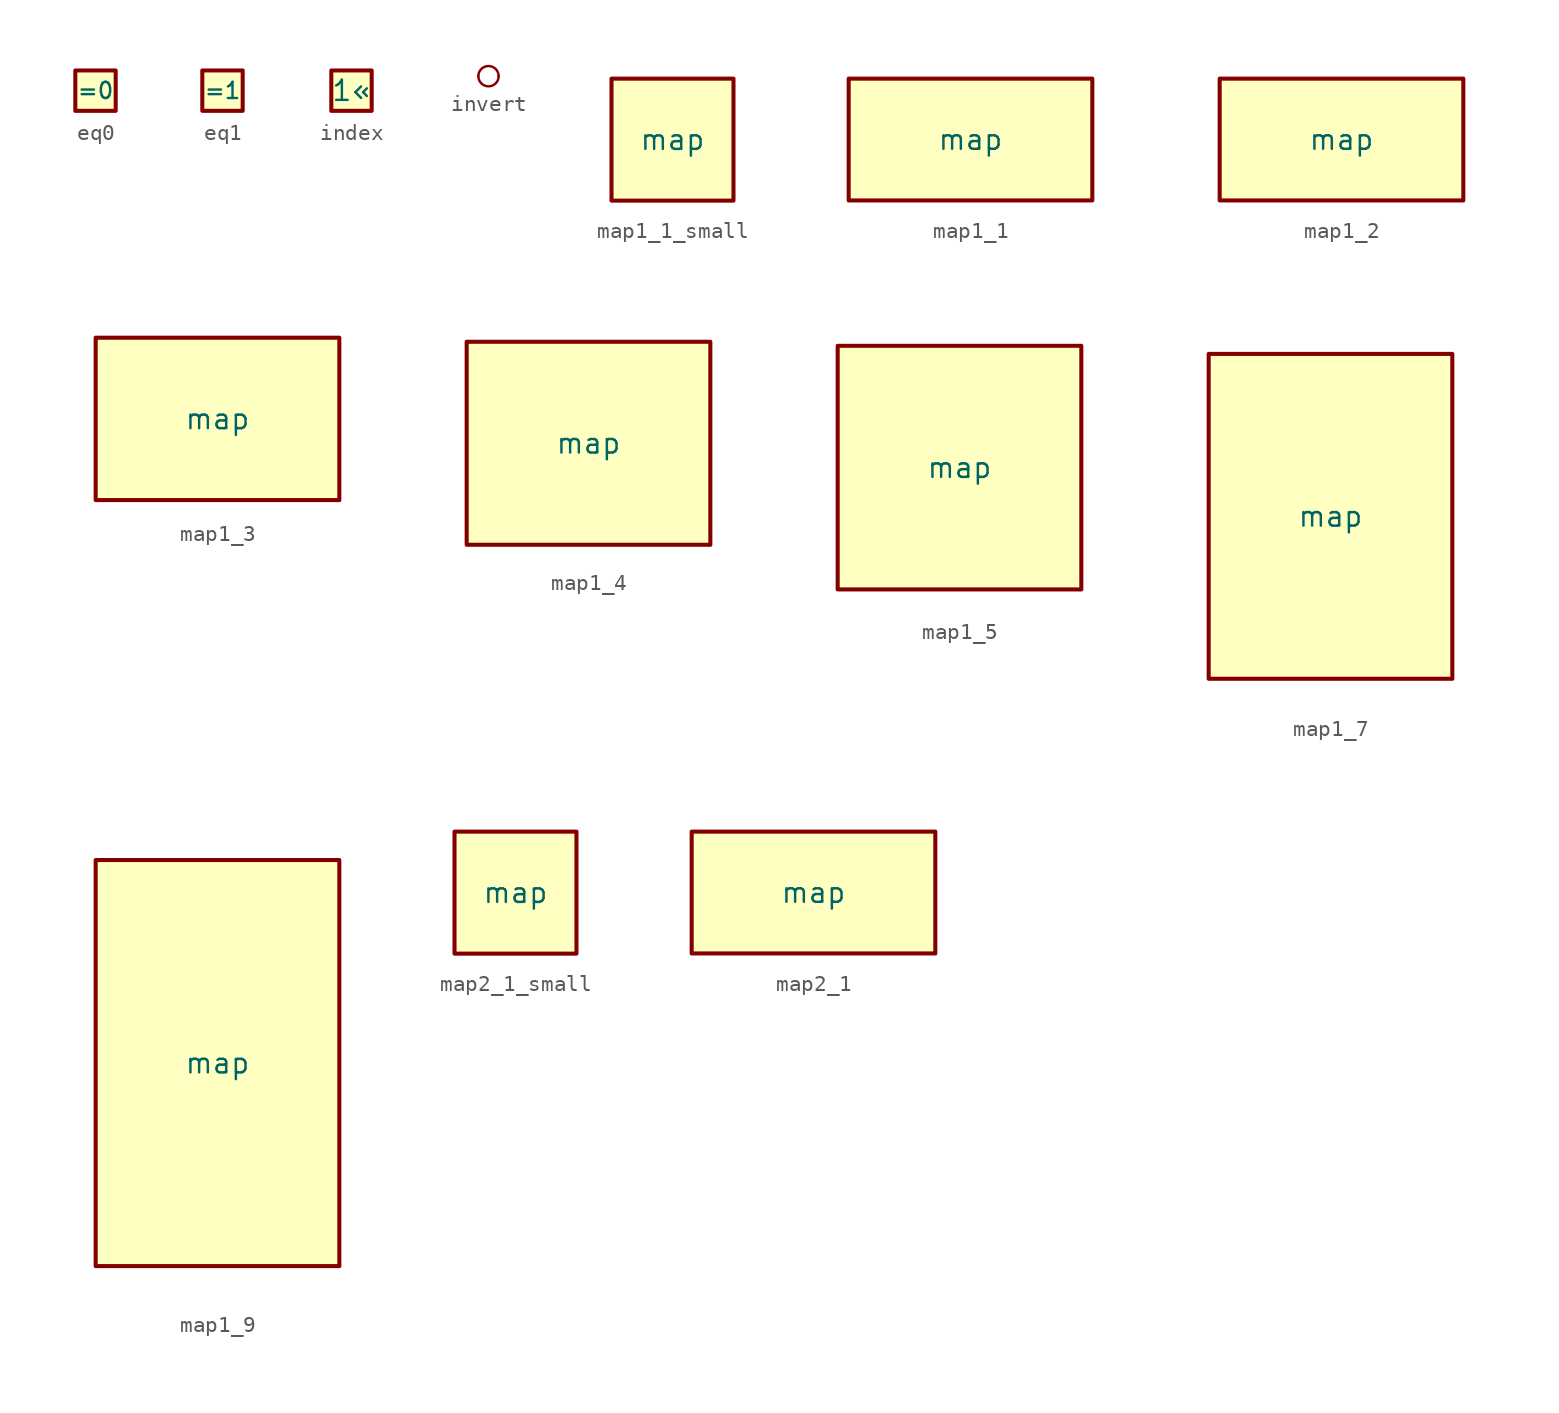
<source format=kicad_sym>
(kicad_symbol_lib
  (version 20231120)
  (generator "kicad_symbol_editor")
  (generator_version "8.0")
  (symbol "eq0"
    (property "Reference" "U"
      (at 0 0 0)
      (effects (font (size 1.27 1.27)) (hide yes)))
    (property "Value" "=0"
      (at 0 0 0)
      (do_not_autoplace)
      (effects (font (size 1.016 1.016))))
    (symbol "eq0_1_1"
      (rectangle (start -1.27 1.27) (end 1.27 -1.27) (stroke (width 0.254) (type default)) (fill (type background)))
      (pin input line (at -1.27 0 0) (length 0) (name "" (effects (font (size 1.27 1.27)))) (number "" (effects (font (size 1.27 1.27)))))
      (pin output line (at 1.27 0 180) (length 0) (name "" (effects (font (size 1.27 1.27)))) (number "" (effects (font (size 1.27 1.27)))))))
  (symbol "eq1"
    (property "Reference" "U"
      (at 0 0 0)
      (effects (font (size 1.27 1.27)) (hide yes)))
    (property "Value" "=1"
      (at 0 0 0)
      (do_not_autoplace)
      (effects (font (size 1.016 1.016))))
    (symbol "eq1_1_1"
      (rectangle (start -1.27 1.27) (end 1.27 -1.27) (stroke (width 0.254) (type default)) (fill (type background)))
      (pin input line (at -1.27 0 0) (length 0) (name "" (effects (font (size 1.27 1.27)))) (number "" (effects (font (size 1.27 1.27)))))
      (pin output line (at 1.27 0 180) (length 0) (name "" (effects (font (size 1.27 1.27)))) (number "" (effects (font (size 1.27 1.27)))))))
  (symbol "index"
    (property "Reference" "U"
      (at 0 0 0)
      (effects (font (size 1.27 1.27)) (hide yes)))
    (property "Value" "1«"
      (at 0 0 0)
      (do_not_autoplace)
      (effects (font (size 1.27 1.27))))
    (symbol "index_1_1"
      (rectangle (start -1.27 1.27) (end 1.27 -1.27) (stroke (width 0.254) (type default)) (fill (type background)))
      (pin input line (at -1.27 0 0) (length 0) (name "" (effects (font (size 1.27 1.27)))) (number "" (effects (font (size 1.27 1.27)))))
      (pin output line (at 1.27 0 180) (length 0) (name "" (effects (font (size 1.27 1.27)))) (number "" (effects (font (size 1.27 1.27)))))))
  (symbol "invert"
    (property "Reference" "U"
      (at 0 0 0)
      (do_not_autoplace)
      (effects (font (size 1.27 1.27)) (hide yes)))
    (symbol "invert_0_1"
      (circle (center 0.635 0) (radius 0.635) (stroke (width 0) (type default)) (fill (type none))))
    (symbol "invert_1_1"
      (pin input line (at 0 0 0) (length 0) (name "" (effects (font (size 1.27 1.27)))) (number "" (effects (font (size 1.27 1.27)))))
      (pin output line (at 1.27 0 180) (length 0) (name "" (effects (font (size 1.27 1.27)))) (number "" (effects (font (size 1.27 1.27)))))))
  (symbol "map1_1_small"
    (property "Reference" "U"
      (at 0 0 0)
      (effects (font (size 1.27 1.27)) (hide yes)))
    (property "Value" "map"
      (at 0 0 0)
      (do_not_autoplace)
      (effects (font (size 1.27 1.27))))
    (symbol "map1_1_small_1_1"
      (rectangle (start -3.81 3.81) (end 3.81 -3.81) (stroke (width 0.254) (type default)) (fill (type background)))
      (pin input line (at -3.81 0 0) (length 0) (name "" (effects (font (size 1.27 1.27)))) (number "" (effects (font (size 1.27 1.27)))))
      (pin output line (at 3.81 0 180) (length 0) (name "" (effects (font (size 1.27 1.27)))) (number "" (effects (font (size 1.27 1.27)))))))
  (symbol "map1_1"
    (property "Reference" "U"
      (at 0 0 0)
      (effects (font (size 1.27 1.27)) (hide yes)))
    (property "Value" "map"
      (at 0 0 0)
      (do_not_autoplace)
      (effects (font (size 1.27 1.27))))
    (symbol "map1_1_1_1"
      (rectangle (start -7.62 3.81) (end 7.62 -3.81) (stroke (width 0.254) (type default)) (fill (type background)))
      (pin input line (at -7.62 0 0) (length 0) (name "" (effects (font (size 1.27 1.27)))) (number "" (effects (font (size 1.27 1.27)))))
      (pin output line (at 7.62 0 180) (length 0) (name "" (effects (font (size 1.27 1.27)))) (number "" (effects (font (size 1.27 1.27)))))))
  (symbol "map1_2"
    (property "Reference" "U"
      (at 0 0 0)
      (effects (font (size 1.27 1.27)) (hide yes)))
    (property "Value" "map"
      (at 0 0 0)
      (do_not_autoplace)
      (effects (font (size 1.27 1.27))))
    (symbol "map1_2_1_1"
      (rectangle (start -7.62 3.81) (end 7.62 -3.81) (stroke (width 0.254) (type default)) (fill (type background)))
      (pin input line (at -7.62 0 0) (length 0) (name "" (effects (font (size 1.27 1.27)))) (number "" (effects (font (size 1.27 1.27)))))
      (pin output line (at 7.62 -1.27 180) (length 0) (name "" (effects (font (size 1.27 1.27)))) (number "" (effects (font (size 1.27 1.27)))))
      (pin output line (at 7.62 1.27 180) (length 0) (name "" (effects (font (size 1.27 1.27)))) (number "" (effects (font (size 1.27 1.27)))))))
  (symbol "map1_3"
    (property "Reference" "U"
      (at 0 0 0)
      (effects (font (size 1.27 1.27)) (hide yes)))
    (property "Value" "map"
      (at 0 0 0)
      (do_not_autoplace)
      (effects (font (size 1.27 1.27))))
    (symbol "map1_3_1_1"
      (rectangle (start -7.62 5.08) (end 7.62 -5.08) (stroke (width 0.254) (type default)) (fill (type background)))
      (pin input line (at -7.62 0 0) (length 0) (name "" (effects (font (size 1.27 1.27)))) (number "" (effects (font (size 1.27 1.27)))))
      (pin output line (at 7.62 -2.54 180) (length 0) (name "" (effects (font (size 1.27 1.27)))) (number "" (effects (font (size 1.27 1.27)))))
      (pin output line (at 7.62 0 180) (length 0) (name "" (effects (font (size 1.27 1.27)))) (number "" (effects (font (size 1.27 1.27)))))
      (pin output line (at 7.62 2.54 180) (length 0) (name "" (effects (font (size 1.27 1.27)))) (number "" (effects (font (size 1.27 1.27)))))))
  (symbol "map1_4"
    (property "Reference" "U"
      (at 0 0 0)
      (effects (font (size 1.27 1.27)) (hide yes)))
    (property "Value" "map"
      (at 0 0 0)
      (do_not_autoplace)
      (effects (font (size 1.27 1.27))))
    (symbol "map1_4_1_1"
      (rectangle (start -7.62 6.35) (end 7.62 -6.35) (stroke (width 0.254) (type default)) (fill (type background)))
      (pin input line (at -7.62 0 0) (length 0) (name "" (effects (font (size 1.27 1.27)))) (number "" (effects (font (size 1.27 1.27)))))
      (pin output line (at 7.62 -3.81 180) (length 0) (name "" (effects (font (size 1.27 1.27)))) (number "" (effects (font (size 1.27 1.27)))))
      (pin output line (at 7.62 -1.27 180) (length 0) (name "" (effects (font (size 1.27 1.27)))) (number "" (effects (font (size 1.27 1.27)))))
      (pin output line (at 7.62 1.27 180) (length 0) (name "" (effects (font (size 1.27 1.27)))) (number "" (effects (font (size 1.27 1.27)))))
      (pin output line (at 7.62 3.81 180) (length 0) (name "" (effects (font (size 1.27 1.27)))) (number "" (effects (font (size 1.27 1.27)))))))
  (symbol "map1_5"
    (property "Reference" "U"
      (at 0 0 0)
      (effects (font (size 1.27 1.27)) (hide yes)))
    (property "Value" "map"
      (at 0 0 0)
      (do_not_autoplace)
      (effects (font (size 1.27 1.27))))
    (symbol "map1_5_1_1"
      (rectangle (start -7.62 7.62) (end 7.62 -7.62) (stroke (width 0.254) (type default)) (fill (type background)))
      (pin input line (at -7.62 0 0) (length 0) (name "" (effects (font (size 1.27 1.27)))) (number "" (effects (font (size 1.27 1.27)))))
      (pin output line (at 7.62 -5.08 180) (length 0) (name "" (effects (font (size 1.27 1.27)))) (number "" (effects (font (size 1.27 1.27)))))
      (pin output line (at 7.62 -2.54 180) (length 0) (name "" (effects (font (size 1.27 1.27)))) (number "" (effects (font (size 1.27 1.27)))))
      (pin output line (at 7.62 0 180) (length 0) (name "" (effects (font (size 1.27 1.27)))) (number "" (effects (font (size 1.27 1.27)))))
      (pin output line (at 7.62 2.54 180) (length 0) (name "" (effects (font (size 1.27 1.27)))) (number "" (effects (font (size 1.27 1.27)))))
      (pin output line (at 7.62 5.08 180) (length 0) (name "" (effects (font (size 1.27 1.27)))) (number "" (effects (font (size 1.27 1.27)))))))
  (symbol "map1_7"
    (property "Reference" "U"
      (at 0 0 0)
      (effects (font (size 1.27 1.27)) (hide yes)))
    (property "Value" "map"
      (at 0 0 0)
      (do_not_autoplace)
      (effects (font (size 1.27 1.27))))
    (symbol "map1_7_1_1"
      (rectangle (start -7.62 10.16) (end 7.62 -10.16) (stroke (width 0.254) (type default)) (fill (type background)))
      (pin input line (at -7.62 0 0) (length 0) (name "" (effects (font (size 1.27 1.27)))) (number "" (effects (font (size 1.27 1.27)))))
      (pin output line (at 7.62 -7.62 180) (length 0) (name "" (effects (font (size 1.27 1.27)))) (number "" (effects (font (size 1.27 1.27)))))
      (pin output line (at 7.62 -5.08 180) (length 0) (name "" (effects (font (size 1.27 1.27)))) (number "" (effects (font (size 1.27 1.27)))))
      (pin output line (at 7.62 -2.54 180) (length 0) (name "" (effects (font (size 1.27 1.27)))) (number "" (effects (font (size 1.27 1.27)))))
      (pin output line (at 7.62 0 180) (length 0) (name "" (effects (font (size 1.27 1.27)))) (number "" (effects (font (size 1.27 1.27)))))
      (pin output line (at 7.62 2.54 180) (length 0) (name "" (effects (font (size 1.27 1.27)))) (number "" (effects (font (size 1.27 1.27)))))
      (pin output line (at 7.62 5.08 180) (length 0) (name "" (effects (font (size 1.27 1.27)))) (number "" (effects (font (size 1.27 1.27)))))
      (pin output line (at 7.62 7.62 180) (length 0) (name "" (effects (font (size 1.27 1.27)))) (number "" (effects (font (size 1.27 1.27)))))))
  (symbol "map1_9"
    (property "Reference" "U"
      (at 0 0 0)
      (effects (font (size 1.27 1.27)) (hide yes)))
    (property "Value" "map"
      (at 0 0 0)
      (do_not_autoplace)
      (effects (font (size 1.27 1.27))))
    (symbol "map1_9_1_1"
      (rectangle (start -7.62 12.7) (end 7.62 -12.7) (stroke (width 0.254) (type default)) (fill (type background)))
      (pin input line (at -7.62 0 0) (length 0) (name "" (effects (font (size 1.27 1.27)))) (number "" (effects (font (size 1.27 1.27)))))
      (pin output line (at 7.62 -10.16 180) (length 0) (name "" (effects (font (size 1.27 1.27)))) (number "" (effects (font (size 1.27 1.27)))))
      (pin output line (at 7.62 -7.62 180) (length 0) (name "" (effects (font (size 1.27 1.27)))) (number "" (effects (font (size 1.27 1.27)))))
      (pin output line (at 7.62 -5.08 180) (length 0) (name "" (effects (font (size 1.27 1.27)))) (number "" (effects (font (size 1.27 1.27)))))
      (pin output line (at 7.62 -2.54 180) (length 0) (name "" (effects (font (size 1.27 1.27)))) (number "" (effects (font (size 1.27 1.27)))))
      (pin output line (at 7.62 0 180) (length 0) (name "" (effects (font (size 1.27 1.27)))) (number "" (effects (font (size 1.27 1.27)))))
      (pin output line (at 7.62 2.54 180) (length 0) (name "" (effects (font (size 1.27 1.27)))) (number "" (effects (font (size 1.27 1.27)))))
      (pin output line (at 7.62 5.08 180) (length 0) (name "" (effects (font (size 1.27 1.27)))) (number "" (effects (font (size 1.27 1.27)))))
      (pin output line (at 7.62 7.62 180) (length 0) (name "" (effects (font (size 1.27 1.27)))) (number "" (effects (font (size 1.27 1.27)))))
      (pin output line (at 7.62 10.16 180) (length 0) (name "" (effects (font (size 1.27 1.27)))) (number "" (effects (font (size 1.27 1.27)))))))
  (symbol "map2_1_small"
    (property "Reference" "U"
      (at 0 0 0)
      (effects (font (size 1.27 1.27)) (hide yes)))
    (property "Value" "map"
      (at 0 0 0)
      (do_not_autoplace)
      (effects (font (size 1.27 1.27))))
    (symbol "map2_1_small_1_1"
      (rectangle (start -3.81 3.81) (end 3.81 -3.81) (stroke (width 0.254) (type default)) (fill (type background)))
      (pin input line (at -3.81 -1.27 0) (length 0) (name "" (effects (font (size 1.27 1.27)))) (number "" (effects (font (size 1.27 1.27)))))
      (pin input line (at -3.81 1.27 0) (length 0) (name "" (effects (font (size 1.27 1.27)))) (number "" (effects (font (size 1.27 1.27)))))
      (pin output line (at 3.81 0 180) (length 0) (name "" (effects (font (size 1.27 1.27)))) (number "" (effects (font (size 1.27 1.27)))))))
  (symbol "map2_1"
    (property "Reference" "U"
      (at 0 0 0)
      (effects (font (size 1.27 1.27)) (hide yes)))
    (property "Value" "map"
      (at 0 0 0)
      (do_not_autoplace)
      (effects (font (size 1.27 1.27))))
    (symbol "map2_1_1_1"
      (rectangle (start -7.62 3.81) (end 7.62 -3.81) (stroke (width 0.254) (type default)) (fill (type background)))
      (pin input line (at -7.62 -1.27 0) (length 0) (name "" (effects (font (size 1.27 1.27)))) (number "" (effects (font (size 1.27 1.27)))))
      (pin input line (at -7.62 1.27 0) (length 0) (name "" (effects (font (size 1.27 1.27)))) (number "" (effects (font (size 1.27 1.27)))))
      (pin output line (at 7.62 0 180) (length 0) (name "" (effects (font (size 1.27 1.27)))) (number "" (effects (font (size 1.27 1.27))))))))
</source>
